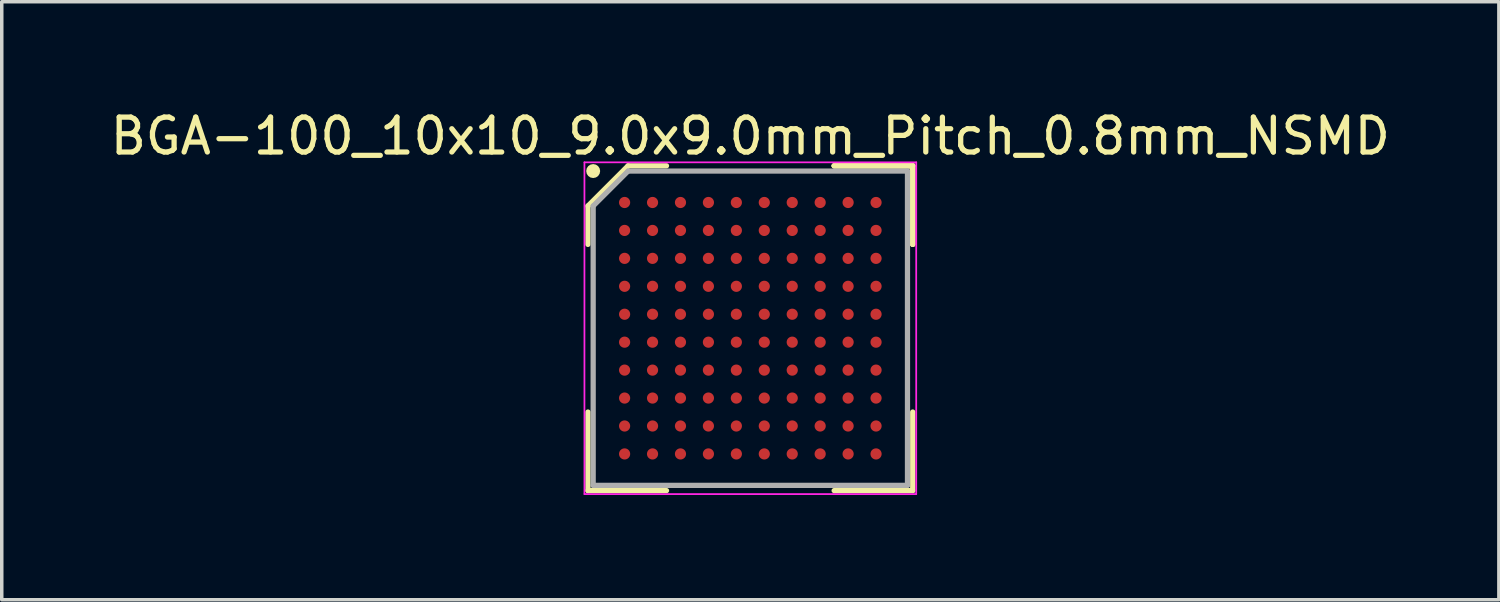
<source format=kicad_pcb>
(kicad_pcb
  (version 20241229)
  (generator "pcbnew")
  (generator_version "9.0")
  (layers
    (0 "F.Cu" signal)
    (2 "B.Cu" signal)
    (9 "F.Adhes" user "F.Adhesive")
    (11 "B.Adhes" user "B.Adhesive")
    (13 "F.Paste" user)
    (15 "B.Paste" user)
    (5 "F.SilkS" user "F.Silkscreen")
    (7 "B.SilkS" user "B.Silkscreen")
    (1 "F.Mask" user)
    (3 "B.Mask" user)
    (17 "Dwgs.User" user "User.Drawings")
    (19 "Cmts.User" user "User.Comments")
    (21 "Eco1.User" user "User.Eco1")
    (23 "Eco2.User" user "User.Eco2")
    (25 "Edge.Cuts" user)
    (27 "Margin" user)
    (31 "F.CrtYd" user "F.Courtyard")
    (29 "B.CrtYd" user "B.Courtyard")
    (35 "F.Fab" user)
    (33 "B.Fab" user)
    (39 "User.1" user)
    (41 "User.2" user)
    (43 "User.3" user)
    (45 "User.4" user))
  (footprint "BGA-100_10x10_9.0x9.0mm_Pitch_0.8mm_NSMD"
    (layer "F.Cu")
    (at 18.435 6.348)
    (property "Reference" "BGA-100_10x10_9.0x9.0mm_Pitch_0.8mm_NSMD" (at 0 -5.5 0) (layer "F.SilkS") (effects (font (size 1 1) (thickness 0.15))))
    (attr smd)
    (fp_line (start -4.65 -3.5) (end -4.65 -2.4) (stroke (width 0.15) (type solid)) (layer "F.SilkS"))
    (fp_line (start -4.65 4.65) (end -4.65 2.4) (stroke (width 0.15) (type solid)) (layer "F.SilkS"))
    (fp_line (start -3.5 -4.65) (end -4.65 -3.5) (stroke (width 0.15) (type solid)) (layer "F.SilkS"))
    (fp_line (start -2.4 -4.65) (end -3.5 -4.65) (stroke (width 0.15) (type solid)) (layer "F.SilkS"))
    (fp_line (start -2.4 4.65) (end -4.65 4.65) (stroke (width 0.15) (type solid)) (layer "F.SilkS"))
    (fp_line (start 2.4 -4.65) (end 4.65 -4.65) (stroke (width 0.15) (type solid)) (layer "F.SilkS"))
    (fp_line (start 2.4 -4.65) (end 4.65 -4.65) (stroke (width 0.15) (type solid)) (layer "F.SilkS"))
    (fp_line (start 2.4 -4.65) (end 4.65 -4.65) (stroke (width 0.15) (type solid)) (layer "F.SilkS"))
    (fp_line (start 2.4 4.65) (end 4.65 4.65) (stroke (width 0.15) (type solid)) (layer "F.SilkS"))
    (fp_line (start 4.65 -4.65) (end 4.65 -2.4) (stroke (width 0.15) (type solid)) (layer "F.SilkS"))
    (fp_line (start 4.65 -4.65) (end 4.65 -2.4) (stroke (width 0.15) (type solid)) (layer "F.SilkS"))
    (fp_line (start 4.65 -4.65) (end 4.65 -2.4) (stroke (width 0.15) (type solid)) (layer "F.SilkS"))
    (fp_line (start 4.65 4.65) (end 4.65 2.4) (stroke (width 0.15) (type solid)) (layer "F.SilkS"))
    (fp_circle (center -4.5 -4.5) (end -4.5 -4.4) (stroke (width 0.2) (type solid)) (fill no) (layer "F.SilkS"))
    (fp_line (start -4.75 -4.75) (end 4.75 -4.75) (stroke (width 0.05) (type solid)) (layer "F.CrtYd"))
    (fp_line (start -4.75 4.75) (end -4.75 -4.75) (stroke (width 0.05) (type solid)) (layer "F.CrtYd"))
    (fp_line (start 4.75 -4.75) (end 4.75 4.75) (stroke (width 0.05) (type solid)) (layer "F.CrtYd"))
    (fp_line (start 4.75 4.75) (end -4.75 4.75) (stroke (width 0.05) (type solid)) (layer "F.CrtYd"))
    (fp_line (start -4.5 -3.5) (end -4.5 4.5) (stroke (width 0.15) (type solid)) (layer "F.Fab"))
    (fp_line (start -4.5 4.5) (end 4.5 4.5) (stroke (width 0.15) (type solid)) (layer "F.Fab"))
    (fp_line (start -3.5 -4.5) (end -4.5 -3.5) (stroke (width 0.15) (type solid)) (layer "F.Fab"))
    (fp_line (start 4.5 -4.5) (end -3.5 -4.5) (stroke (width 0.15) (type solid)) (layer "F.Fab"))
    (fp_line (start 4.5 4.5) (end 4.5 -4.5) (stroke (width 0.15) (type solid)) (layer "F.Fab"))
    (pad "A1" smd circle (at -3.6 -3.6) (size 0.32 0.32) (layers "F.Cu" "F.Mask" "F.Paste"))
    (pad "A2" smd circle (at -2.8 -3.6) (size 0.32 0.32) (layers "F.Cu" "F.Mask" "F.Paste"))
    (pad "A3" smd circle (at -2 -3.6) (size 0.32 0.32) (layers "F.Cu" "F.Mask" "F.Paste"))
    (pad "A4" smd circle (at -1.2 -3.6) (size 0.32 0.32) (layers "F.Cu" "F.Mask" "F.Paste"))
    (pad "A5" smd circle (at -0.4 -3.6) (size 0.32 0.32) (layers "F.Cu" "F.Mask" "F.Paste"))
    (pad "A6" smd circle (at 0.4 -3.6) (size 0.32 0.32) (layers "F.Cu" "F.Mask" "F.Paste"))
    (pad "A7" smd circle (at 1.2 -3.6) (size 0.32 0.32) (layers "F.Cu" "F.Mask" "F.Paste"))
    (pad "A8" smd circle (at 2 -3.6) (size 0.32 0.32) (layers "F.Cu" "F.Mask" "F.Paste"))
    (pad "A9" smd circle (at 2.8 -3.6) (size 0.32 0.32) (layers "F.Cu" "F.Mask" "F.Paste"))
    (pad "A10" smd circle (at 3.6 -3.6) (size 0.32 0.32) (layers "F.Cu" "F.Mask" "F.Paste"))
    (pad "B1" smd circle (at -3.6 -2.8) (size 0.32 0.32) (layers "F.Cu" "F.Mask" "F.Paste"))
    (pad "B2" smd circle (at -2.8 -2.8) (size 0.32 0.32) (layers "F.Cu" "F.Mask" "F.Paste"))
    (pad "B3" smd circle (at -2 -2.8) (size 0.32 0.32) (layers "F.Cu" "F.Mask" "F.Paste"))
    (pad "B4" smd circle (at -1.2 -2.8) (size 0.32 0.32) (layers "F.Cu" "F.Mask" "F.Paste"))
    (pad "B5" smd circle (at -0.4 -2.8) (size 0.32 0.32) (layers "F.Cu" "F.Mask" "F.Paste"))
    (pad "B6" smd circle (at 0.4 -2.8) (size 0.32 0.32) (layers "F.Cu" "F.Mask" "F.Paste"))
    (pad "B7" smd circle (at 1.2 -2.8) (size 0.32 0.32) (layers "F.Cu" "F.Mask" "F.Paste"))
    (pad "B8" smd circle (at 2 -2.8) (size 0.32 0.32) (layers "F.Cu" "F.Mask" "F.Paste"))
    (pad "B9" smd circle (at 2.8 -2.8) (size 0.32 0.32) (layers "F.Cu" "F.Mask" "F.Paste"))
    (pad "B10" smd circle (at 3.6 -2.8) (size 0.32 0.32) (layers "F.Cu" "F.Mask" "F.Paste"))
    (pad "C1" smd circle (at -3.6 -2) (size 0.32 0.32) (layers "F.Cu" "F.Mask" "F.Paste"))
    (pad "C2" smd circle (at -2.8 -2) (size 0.32 0.32) (layers "F.Cu" "F.Mask" "F.Paste"))
    (pad "C3" smd circle (at -2 -2) (size 0.32 0.32) (layers "F.Cu" "F.Mask" "F.Paste"))
    (pad "C4" smd circle (at -1.2 -2) (size 0.32 0.32) (layers "F.Cu" "F.Mask" "F.Paste"))
    (pad "C5" smd circle (at -0.4 -2) (size 0.32 0.32) (layers "F.Cu" "F.Mask" "F.Paste"))
    (pad "C6" smd circle (at 0.4 -2) (size 0.32 0.32) (layers "F.Cu" "F.Mask" "F.Paste"))
    (pad "C7" smd circle (at 1.2 -2) (size 0.32 0.32) (layers "F.Cu" "F.Mask" "F.Paste"))
    (pad "C8" smd circle (at 2 -2) (size 0.32 0.32) (layers "F.Cu" "F.Mask" "F.Paste"))
    (pad "C9" smd circle (at 2.8 -2) (size 0.32 0.32) (layers "F.Cu" "F.Mask" "F.Paste"))
    (pad "C10" smd circle (at 3.6 -2) (size 0.32 0.32) (layers "F.Cu" "F.Mask" "F.Paste"))
    (pad "D1" smd circle (at -3.6 -1.2) (size 0.32 0.32) (layers "F.Cu" "F.Mask" "F.Paste"))
    (pad "D2" smd circle (at -2.8 -1.2) (size 0.32 0.32) (layers "F.Cu" "F.Mask" "F.Paste"))
    (pad "D3" smd circle (at -2 -1.2) (size 0.32 0.32) (layers "F.Cu" "F.Mask" "F.Paste"))
    (pad "D4" smd circle (at -1.2 -1.2) (size 0.32 0.32) (layers "F.Cu" "F.Mask" "F.Paste"))
    (pad "D5" smd circle (at -0.4 -1.2) (size 0.32 0.32) (layers "F.Cu" "F.Mask" "F.Paste"))
    (pad "D6" smd circle (at 0.4 -1.2) (size 0.32 0.32) (layers "F.Cu" "F.Mask" "F.Paste"))
    (pad "D7" smd circle (at 1.2 -1.2) (size 0.32 0.32) (layers "F.Cu" "F.Mask" "F.Paste"))
    (pad "D8" smd circle (at 2 -1.2) (size 0.32 0.32) (layers "F.Cu" "F.Mask" "F.Paste"))
    (pad "D9" smd circle (at 2.8 -1.2) (size 0.32 0.32) (layers "F.Cu" "F.Mask" "F.Paste"))
    (pad "D10" smd circle (at 3.6 -1.2) (size 0.32 0.32) (layers "F.Cu" "F.Mask" "F.Paste"))
    (pad "E1" smd circle (at -3.6 -0.4) (size 0.32 0.32) (layers "F.Cu" "F.Mask" "F.Paste"))
    (pad "E2" smd circle (at -2.8 -0.4) (size 0.32 0.32) (layers "F.Cu" "F.Mask" "F.Paste"))
    (pad "E3" smd circle (at -2 -0.4) (size 0.32 0.32) (layers "F.Cu" "F.Mask" "F.Paste"))
    (pad "E4" smd circle (at -1.2 -0.4) (size 0.32 0.32) (layers "F.Cu" "F.Mask" "F.Paste"))
    (pad "E5" smd circle (at -0.4 -0.4) (size 0.32 0.32) (layers "F.Cu" "F.Mask" "F.Paste"))
    (pad "E6" smd circle (at 0.4 -0.4) (size 0.32 0.32) (layers "F.Cu" "F.Mask" "F.Paste"))
    (pad "E7" smd circle (at 1.2 -0.4) (size 0.32 0.32) (layers "F.Cu" "F.Mask" "F.Paste"))
    (pad "E8" smd circle (at 2 -0.4) (size 0.32 0.32) (layers "F.Cu" "F.Mask" "F.Paste"))
    (pad "E9" smd circle (at 2.8 -0.4) (size 0.32 0.32) (layers "F.Cu" "F.Mask" "F.Paste"))
    (pad "E10" smd circle (at 3.6 -0.4) (size 0.32 0.32) (layers "F.Cu" "F.Mask" "F.Paste"))
    (pad "F1" smd circle (at -3.6 0.4) (size 0.32 0.32) (layers "F.Cu" "F.Mask" "F.Paste"))
    (pad "F2" smd circle (at -2.8 0.4) (size 0.32 0.32) (layers "F.Cu" "F.Mask" "F.Paste"))
    (pad "F3" smd circle (at -2 0.4) (size 0.32 0.32) (layers "F.Cu" "F.Mask" "F.Paste"))
    (pad "F4" smd circle (at -1.2 0.4) (size 0.32 0.32) (layers "F.Cu" "F.Mask" "F.Paste"))
    (pad "F5" smd circle (at -0.4 0.4) (size 0.32 0.32) (layers "F.Cu" "F.Mask" "F.Paste"))
    (pad "F6" smd circle (at 0.4 0.4) (size 0.32 0.32) (layers "F.Cu" "F.Mask" "F.Paste"))
    (pad "F7" smd circle (at 1.2 0.4) (size 0.32 0.32) (layers "F.Cu" "F.Mask" "F.Paste"))
    (pad "F8" smd circle (at 2 0.4) (size 0.32 0.32) (layers "F.Cu" "F.Mask" "F.Paste"))
    (pad "F9" smd circle (at 2.8 0.4) (size 0.32 0.32) (layers "F.Cu" "F.Mask" "F.Paste"))
    (pad "F10" smd circle (at 3.6 0.4) (size 0.32 0.32) (layers "F.Cu" "F.Mask" "F.Paste"))
    (pad "G1" smd circle (at -3.6 1.2) (size 0.32 0.32) (layers "F.Cu" "F.Mask" "F.Paste"))
    (pad "G2" smd circle (at -2.8 1.2) (size 0.32 0.32) (layers "F.Cu" "F.Mask" "F.Paste"))
    (pad "G3" smd circle (at -2 1.2) (size 0.32 0.32) (layers "F.Cu" "F.Mask" "F.Paste"))
    (pad "G4" smd circle (at -1.2 1.2) (size 0.32 0.32) (layers "F.Cu" "F.Mask" "F.Paste"))
    (pad "G5" smd circle (at -0.4 1.2) (size 0.32 0.32) (layers "F.Cu" "F.Mask" "F.Paste"))
    (pad "G6" smd circle (at 0.4 1.2) (size 0.32 0.32) (layers "F.Cu" "F.Mask" "F.Paste"))
    (pad "G7" smd circle (at 1.2 1.2) (size 0.32 0.32) (layers "F.Cu" "F.Mask" "F.Paste"))
    (pad "G8" smd circle (at 2 1.2) (size 0.32 0.32) (layers "F.Cu" "F.Mask" "F.Paste"))
    (pad "G9" smd circle (at 2.8 1.2) (size 0.32 0.32) (layers "F.Cu" "F.Mask" "F.Paste"))
    (pad "G10" smd circle (at 3.6 1.2) (size 0.32 0.32) (layers "F.Cu" "F.Mask" "F.Paste"))
    (pad "H1" smd circle (at -3.6 2) (size 0.32 0.32) (layers "F.Cu" "F.Mask" "F.Paste"))
    (pad "H2" smd circle (at -2.8 2) (size 0.32 0.32) (layers "F.Cu" "F.Mask" "F.Paste"))
    (pad "H3" smd circle (at -2 2) (size 0.32 0.32) (layers "F.Cu" "F.Mask" "F.Paste"))
    (pad "H4" smd circle (at -1.2 2) (size 0.32 0.32) (layers "F.Cu" "F.Mask" "F.Paste"))
    (pad "H5" smd circle (at -0.4 2) (size 0.32 0.32) (layers "F.Cu" "F.Mask" "F.Paste"))
    (pad "H6" smd circle (at 0.4 2) (size 0.32 0.32) (layers "F.Cu" "F.Mask" "F.Paste"))
    (pad "H7" smd circle (at 1.2 2) (size 0.32 0.32) (layers "F.Cu" "F.Mask" "F.Paste"))
    (pad "H8" smd circle (at 2 2) (size 0.32 0.32) (layers "F.Cu" "F.Mask" "F.Paste"))
    (pad "H9" smd circle (at 2.8 2) (size 0.32 0.32) (layers "F.Cu" "F.Mask" "F.Paste"))
    (pad "H10" smd circle (at 3.6 2) (size 0.32 0.32) (layers "F.Cu" "F.Mask" "F.Paste"))
    (pad "J1" smd circle (at -3.6 2.8) (size 0.32 0.32) (layers "F.Cu" "F.Mask" "F.Paste"))
    (pad "J2" smd circle (at -2.8 2.8) (size 0.32 0.32) (layers "F.Cu" "F.Mask" "F.Paste"))
    (pad "J3" smd circle (at -2 2.8) (size 0.32 0.32) (layers "F.Cu" "F.Mask" "F.Paste"))
    (pad "J4" smd circle (at -1.2 2.8) (size 0.32 0.32) (layers "F.Cu" "F.Mask" "F.Paste"))
    (pad "J5" smd circle (at -0.4 2.8) (size 0.32 0.32) (layers "F.Cu" "F.Mask" "F.Paste"))
    (pad "J6" smd circle (at 0.4 2.8) (size 0.32 0.32) (layers "F.Cu" "F.Mask" "F.Paste"))
    (pad "J7" smd circle (at 1.2 2.8) (size 0.32 0.32) (layers "F.Cu" "F.Mask" "F.Paste"))
    (pad "J8" smd circle (at 2 2.8) (size 0.32 0.32) (layers "F.Cu" "F.Mask" "F.Paste"))
    (pad "J9" smd circle (at 2.8 2.8) (size 0.32 0.32) (layers "F.Cu" "F.Mask" "F.Paste"))
    (pad "J10" smd circle (at 3.6 2.8) (size 0.32 0.32) (layers "F.Cu" "F.Mask" "F.Paste"))
    (pad "K1" smd circle (at -3.6 3.6) (size 0.32 0.32) (layers "F.Cu" "F.Mask" "F.Paste"))
    (pad "K2" smd circle (at -2.8 3.6) (size 0.32 0.32) (layers "F.Cu" "F.Mask" "F.Paste"))
    (pad "K3" smd circle (at -2 3.6) (size 0.32 0.32) (layers "F.Cu" "F.Mask" "F.Paste"))
    (pad "K4" smd circle (at -1.2 3.6) (size 0.32 0.32) (layers "F.Cu" "F.Mask" "F.Paste"))
    (pad "K5" smd circle (at -0.4 3.6) (size 0.32 0.32) (layers "F.Cu" "F.Mask" "F.Paste"))
    (pad "K6" smd circle (at 0.4 3.6) (size 0.32 0.32) (layers "F.Cu" "F.Mask" "F.Paste"))
    (pad "K7" smd circle (at 1.2 3.6) (size 0.32 0.32) (layers "F.Cu" "F.Mask" "F.Paste"))
    (pad "K8" smd circle (at 2 3.6) (size 0.32 0.32) (layers "F.Cu" "F.Mask" "F.Paste"))
    (pad "K9" smd circle (at 2.8 3.6) (size 0.32 0.32) (layers "F.Cu" "F.Mask" "F.Paste"))
    (pad "K10" smd circle (at 3.6 3.6) (size 0.32 0.32) (layers "F.Cu" "F.Mask" "F.Paste")))
  (gr_rect
    (start -3 -3)
    (end 39.869 14.123)
    (stroke (width 0.1) (type default))
    (fill no)
    (layer "Edge.Cuts")))
</source>
